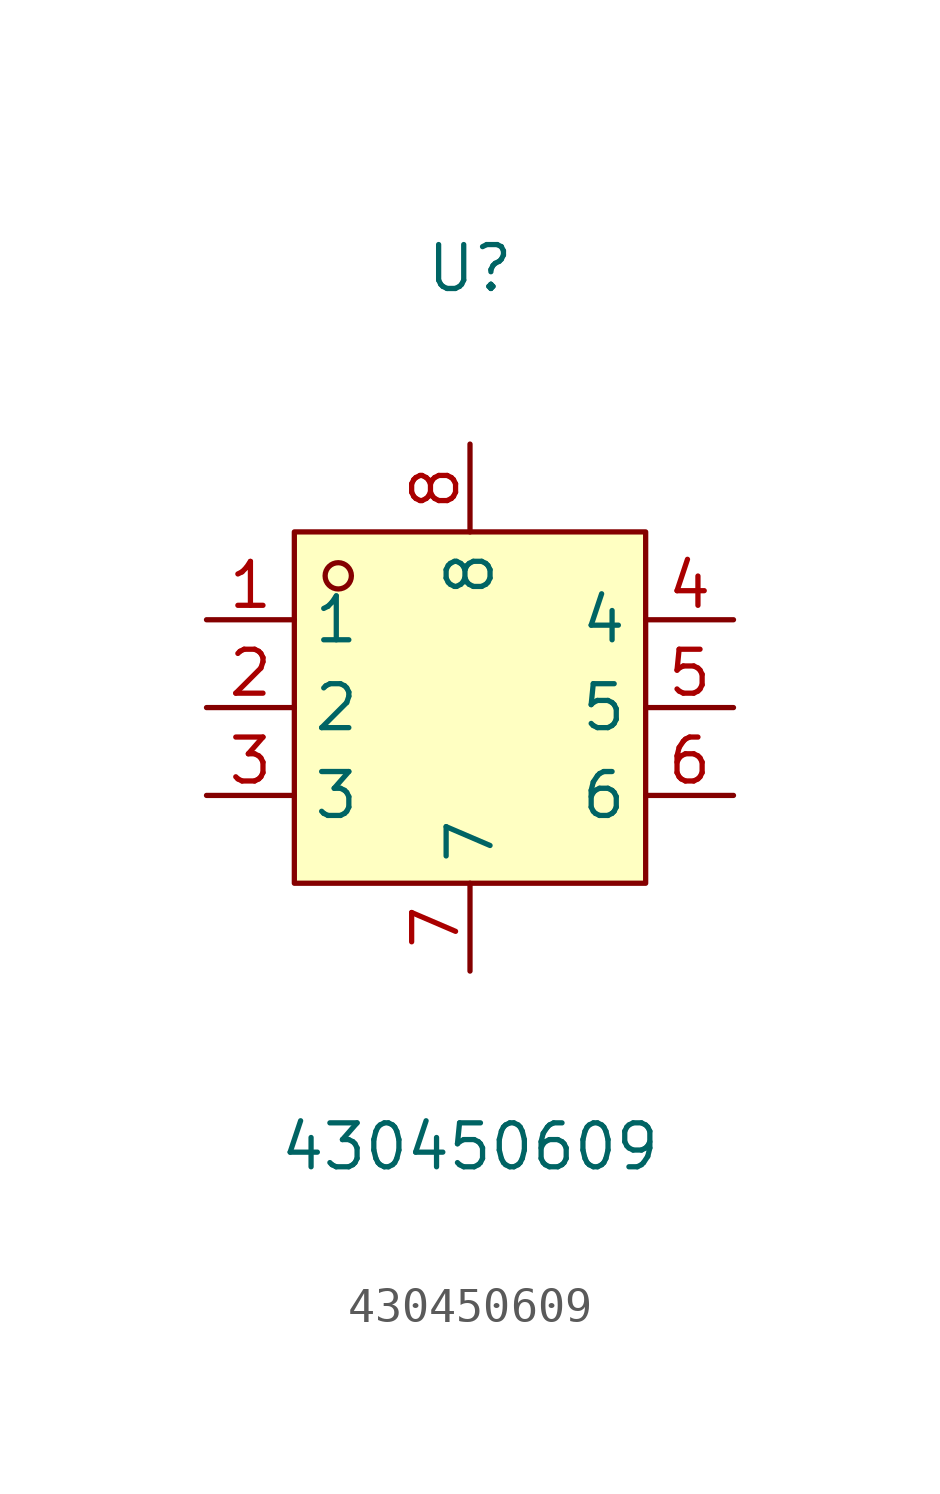
<source format=kicad_sym>
(kicad_symbol_lib
  (version 20211014)
  (generator https://github.com/uPesy/easyeda2kicad.py)
  (symbol "430450609"
    (property "Reference" "U"
      (at 0 12.70 0)
      (effects (font (size 1.27 1.27))))
    (property "Value" "430450609"
      (at 0 -12.70 0)
      (effects (font (size 1.27 1.27))))
    (symbol "430450609_0_1"
      (rectangle (start -5.08 5.08) (end 5.08 -5.08) (stroke (width 0) (type default) (color 0 0 0 0)) (fill (type background)))
      (circle (center -3.81 3.81) (radius 0.38) (stroke (width 0) (type default) (color 0 0 0 0)) (fill (type none)))
      (pin unspecified line (at -7.62 2.54 0) (length 2.54) (name "1" (effects (font (size 1.27 1.27)))) (number "1" (effects (font (size 1.27 1.27)))))
      (pin unspecified line (at -7.62 -0.00 0) (length 2.54) (name "2" (effects (font (size 1.27 1.27)))) (number "2" (effects (font (size 1.27 1.27)))))
      (pin unspecified line (at -7.62 -2.54 0) (length 2.54) (name "3" (effects (font (size 1.27 1.27)))) (number "3" (effects (font (size 1.27 1.27)))))
      (pin unspecified line (at 7.62 2.54 180) (length 2.54) (name "4" (effects (font (size 1.27 1.27)))) (number "4" (effects (font (size 1.27 1.27)))))
      (pin unspecified line (at 7.62 -0.00 180) (length 2.54) (name "5" (effects (font (size 1.27 1.27)))) (number "5" (effects (font (size 1.27 1.27)))))
      (pin unspecified line (at 7.62 -2.54 180) (length 2.54) (name "6" (effects (font (size 1.27 1.27)))) (number "6" (effects (font (size 1.27 1.27)))))
      (pin unspecified line (at 0.00 -7.62 90) (length 2.54) (name "7" (effects (font (size 1.27 1.27)))) (number "7" (effects (font (size 1.27 1.27)))))
      (pin unspecified line (at 0.00 7.62 270) (length 2.54) (name "8" (effects (font (size 1.27 1.27)))) (number "8" (effects (font (size 1.27 1.27))))))))
</source>
